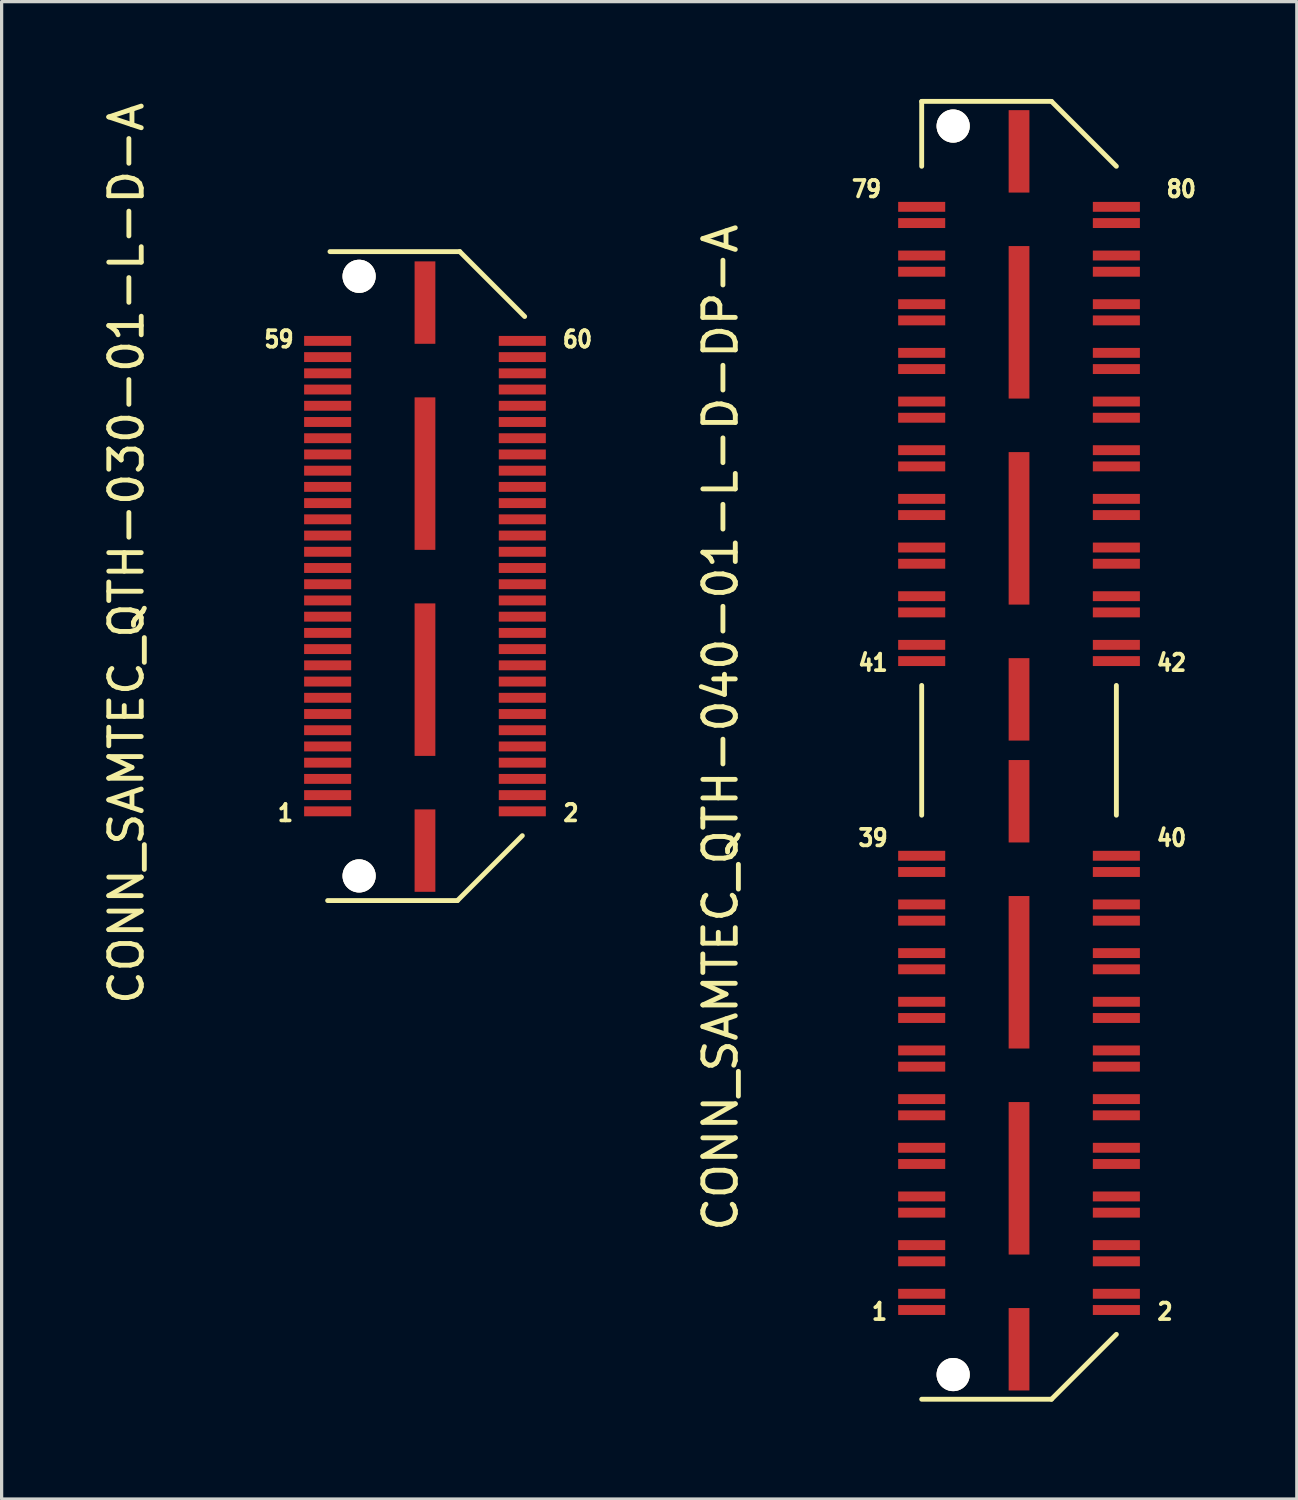
<source format=kicad_pcb>
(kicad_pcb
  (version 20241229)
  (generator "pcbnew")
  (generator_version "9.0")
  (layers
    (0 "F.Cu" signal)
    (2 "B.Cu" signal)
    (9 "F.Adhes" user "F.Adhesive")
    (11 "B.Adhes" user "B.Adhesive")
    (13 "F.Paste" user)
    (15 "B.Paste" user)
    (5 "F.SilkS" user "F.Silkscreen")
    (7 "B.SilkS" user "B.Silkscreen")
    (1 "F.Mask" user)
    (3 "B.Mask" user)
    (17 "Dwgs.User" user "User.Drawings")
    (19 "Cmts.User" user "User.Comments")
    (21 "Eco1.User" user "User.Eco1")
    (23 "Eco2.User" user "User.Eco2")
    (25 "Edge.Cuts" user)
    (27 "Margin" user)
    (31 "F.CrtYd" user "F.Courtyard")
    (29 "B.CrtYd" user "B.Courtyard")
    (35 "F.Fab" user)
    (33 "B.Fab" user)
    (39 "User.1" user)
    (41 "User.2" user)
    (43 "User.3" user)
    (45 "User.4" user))
  (footprint "CONN_SAMTEC_QTH-040-01-L-D-DP-A"
    (layer "F.Cu")
    (at 28.357 20.075)
    (property "Reference" "CONN_SAMTEC_QTH-040-01-L-D-DP-A" (at -9.2 -0.7 270) (layer "F.SilkS") (effects (font (size 1 1) (thickness 0.15))))
    (attr through_hole)
    (fp_line (start -3 -18) (end -3 -20) (stroke (width 0.15) (type solid)) (layer "F.SilkS"))
    (fp_line (start -3 -2) (end -3 2) (stroke (width 0.15) (type solid)) (layer "F.SilkS"))
    (fp_line (start 1 -20) (end -3 -20) (stroke (width 0.15) (type solid)) (layer "F.SilkS"))
    (fp_line (start 1 -20) (end 3 -18) (stroke (width 0.15) (type solid)) (layer "F.SilkS"))
    (fp_line (start 1 20) (end -3 20) (stroke (width 0.15) (type solid)) (layer "F.SilkS"))
    (fp_line (start 3 -2) (end 3 2) (stroke (width 0.15) (type solid)) (layer "F.SilkS"))
    (fp_line (start 3 18) (end 1 20) (stroke (width 0.15) (type solid)) (layer "F.SilkS"))
    (fp_text user "79" (at -4.7 -17.3 0) (layer "F.SilkS") (effects (font (size 0.508 0.457) (thickness 0.114))))
    (fp_text user "42" (at 4.7 -2.7 0) (layer "F.SilkS") (effects (font (size 0.508 0.457) (thickness 0.114))))
    (fp_text user "39" (at -4.5 2.7 0) (layer "F.SilkS") (effects (font (size 0.508 0.457) (thickness 0.114))))
    (fp_text user "1" (at -4.3 17.3 0) (layer "F.SilkS") (effects (font (size 0.508 0.457) (thickness 0.114))))
    (fp_text user "40" (at 4.7 2.7 0) (layer "F.SilkS") (effects (font (size 0.508 0.457) (thickness 0.114))))
    (fp_text user "80" (at 5 -17.3 0) (layer "F.SilkS") (effects (font (size 0.508 0.457) (thickness 0.114))))
    (fp_text user "41" (at -4.5 -2.7 0) (layer "F.SilkS") (effects (font (size 0.508 0.457) (thickness 0.114))))
    (fp_text user "2" (at 4.5 17.3 0) (layer "F.SilkS") (effects (font (size 0.508 0.457) (thickness 0.114))))
    (pad "" thru_hole circle (at -2.03 -19.24) (size 1.02 1.02) (drill 1.02) (layers "*.Cu" "*.Mask" "F.SilkS"))
    (pad "" thru_hole circle (at -2.03 19.24) (size 1.02 1.02) (drill 1.02) (layers "*.Cu" "*.Mask" "F.SilkS"))
    (pad "1" smd rect (at -3 17.25) (size 1.45 0.305) (layers "F.Cu" "F.Mask" "F.Paste"))
    (pad "2" smd rect (at 3 17.25) (size 1.45 0.305) (layers "F.Cu" "F.Mask" "F.Paste"))
    (pad "3" smd rect (at -3 16.75) (size 1.45 0.305) (layers "F.Cu" "F.Mask" "F.Paste"))
    (pad "4" smd rect (at 3 16.75) (size 1.45 0.305) (layers "F.Cu" "F.Mask" "F.Paste"))
    (pad "5" smd rect (at -3 15.75) (size 1.45 0.305) (layers "F.Cu" "F.Mask" "F.Paste"))
    (pad "6" smd rect (at 3 15.75) (size 1.45 0.305) (layers "F.Cu" "F.Mask" "F.Paste"))
    (pad "7" smd rect (at -3 15.25) (size 1.45 0.305) (layers "F.Cu" "F.Mask" "F.Paste"))
    (pad "8" smd rect (at 3 15.25) (size 1.45 0.305) (layers "F.Cu" "F.Mask" "F.Paste"))
    (pad "9" smd rect (at -3 14.25) (size 1.45 0.305) (layers "F.Cu" "F.Mask" "F.Paste"))
    (pad "10" smd rect (at 3 14.25) (size 1.45 0.305) (layers "F.Cu" "F.Mask" "F.Paste"))
    (pad "11" smd rect (at -3 13.75) (size 1.45 0.305) (layers "F.Cu" "F.Mask" "F.Paste"))
    (pad "12" smd rect (at 3 13.75) (size 1.45 0.305) (layers "F.Cu" "F.Mask" "F.Paste"))
    (pad "13" smd rect (at -3 12.75) (size 1.45 0.305) (layers "F.Cu" "F.Mask" "F.Paste"))
    (pad "14" smd rect (at 3 12.75) (size 1.45 0.305) (layers "F.Cu" "F.Mask" "F.Paste"))
    (pad "15" smd rect (at -3 12.25) (size 1.45 0.305) (layers "F.Cu" "F.Mask" "F.Paste"))
    (pad "16" smd rect (at 3 12.25) (size 1.45 0.305) (layers "F.Cu" "F.Mask" "F.Paste"))
    (pad "17" smd rect (at -3 11.25) (size 1.45 0.305) (layers "F.Cu" "F.Mask" "F.Paste"))
    (pad "18" smd rect (at 3 11.25) (size 1.45 0.305) (layers "F.Cu" "F.Mask" "F.Paste"))
    (pad "19" smd rect (at -3 10.75) (size 1.45 0.305) (layers "F.Cu" "F.Mask" "F.Paste"))
    (pad "20" smd rect (at 3 10.75) (size 1.45 0.305) (layers "F.Cu" "F.Mask" "F.Paste"))
    (pad "21" smd rect (at -3 9.75) (size 1.45 0.305) (layers "F.Cu" "F.Mask" "F.Paste"))
    (pad "22" smd rect (at 3 9.75) (size 1.45 0.305) (layers "F.Cu" "F.Mask" "F.Paste"))
    (pad "23" smd rect (at -3 9.25) (size 1.45 0.305) (layers "F.Cu" "F.Mask" "F.Paste"))
    (pad "24" smd rect (at 3 9.25) (size 1.45 0.305) (layers "F.Cu" "F.Mask" "F.Paste"))
    (pad "25" smd rect (at -3 8.25) (size 1.45 0.305) (layers "F.Cu" "F.Mask" "F.Paste"))
    (pad "26" smd rect (at 3 8.25) (size 1.45 0.305) (layers "F.Cu" "F.Mask" "F.Paste"))
    (pad "27" smd rect (at -3 7.75) (size 1.45 0.305) (layers "F.Cu" "F.Mask" "F.Paste"))
    (pad "28" smd rect (at 3 7.75) (size 1.45 0.305) (layers "F.Cu" "F.Mask" "F.Paste"))
    (pad "29" smd rect (at -3 6.75) (size 1.45 0.305) (layers "F.Cu" "F.Mask" "F.Paste"))
    (pad "30" smd rect (at 3 6.75) (size 1.45 0.305) (layers "F.Cu" "F.Mask" "F.Paste"))
    (pad "31" smd rect (at -3 6.25) (size 1.45 0.305) (layers "F.Cu" "F.Mask" "F.Paste"))
    (pad "32" smd rect (at 3 6.25) (size 1.45 0.305) (layers "F.Cu" "F.Mask" "F.Paste"))
    (pad "33" smd rect (at -3 5.25) (size 1.45 0.305) (layers "F.Cu" "F.Mask" "F.Paste"))
    (pad "34" smd rect (at 3 5.25) (size 1.45 0.305) (layers "F.Cu" "F.Mask" "F.Paste"))
    (pad "35" smd rect (at -3 4.75) (size 1.45 0.305) (layers "F.Cu" "F.Mask" "F.Paste"))
    (pad "36" smd rect (at 3 4.75) (size 1.45 0.305) (layers "F.Cu" "F.Mask" "F.Paste"))
    (pad "37" smd rect (at -3 3.75) (size 1.45 0.305) (layers "F.Cu" "F.Mask" "F.Paste"))
    (pad "38" smd rect (at 3 3.75) (size 1.45 0.305) (layers "F.Cu" "F.Mask" "F.Paste"))
    (pad "39" smd rect (at -3 3.25) (size 1.45 0.305) (layers "F.Cu" "F.Mask" "F.Paste"))
    (pad "40" smd rect (at 3 3.25) (size 1.45 0.305) (layers "F.Cu" "F.Mask" "F.Paste"))
    (pad "41" smd rect (at -3 -2.75) (size 1.45 0.305) (layers "F.Cu" "F.Mask" "F.Paste"))
    (pad "42" smd rect (at 3 -2.75) (size 1.45 0.305) (layers "F.Cu" "F.Mask" "F.Paste"))
    (pad "43" smd rect (at -3 -3.25) (size 1.45 0.305) (layers "F.Cu" "F.Mask" "F.Paste"))
    (pad "44" smd rect (at 3 -3.25) (size 1.45 0.305) (layers "F.Cu" "F.Mask" "F.Paste"))
    (pad "45" smd rect (at -3 -4.25) (size 1.45 0.305) (layers "F.Cu" "F.Mask" "F.Paste"))
    (pad "46" smd rect (at 3 -4.25) (size 1.45 0.305) (layers "F.Cu" "F.Mask" "F.Paste"))
    (pad "47" smd rect (at -3 -4.75) (size 1.45 0.305) (layers "F.Cu" "F.Mask" "F.Paste"))
    (pad "48" smd rect (at 3 -4.75) (size 1.45 0.305) (layers "F.Cu" "F.Mask" "F.Paste"))
    (pad "49" smd rect (at -3 -5.75) (size 1.45 0.305) (layers "F.Cu" "F.Mask" "F.Paste"))
    (pad "50" smd rect (at 3 -5.75) (size 1.45 0.305) (layers "F.Cu" "F.Mask" "F.Paste"))
    (pad "51" smd rect (at -3 -6.25) (size 1.45 0.305) (layers "F.Cu" "F.Mask" "F.Paste"))
    (pad "52" smd rect (at 3 -6.25) (size 1.45 0.305) (layers "F.Cu" "F.Mask" "F.Paste"))
    (pad "53" smd rect (at -3 -7.25) (size 1.45 0.305) (layers "F.Cu" "F.Mask" "F.Paste"))
    (pad "54" smd rect (at 3 -7.25) (size 1.45 0.305) (layers "F.Cu" "F.Mask" "F.Paste"))
    (pad "55" smd rect (at -3 -7.75) (size 1.45 0.305) (layers "F.Cu" "F.Mask" "F.Paste"))
    (pad "56" smd rect (at 3 -7.75) (size 1.45 0.305) (layers "F.Cu" "F.Mask" "F.Paste"))
    (pad "57" smd rect (at -3 -8.75) (size 1.45 0.305) (layers "F.Cu" "F.Mask" "F.Paste"))
    (pad "58" smd rect (at 3 -8.75) (size 1.45 0.305) (layers "F.Cu" "F.Mask" "F.Paste"))
    (pad "59" smd rect (at -3 -9.25) (size 1.45 0.305) (layers "F.Cu" "F.Mask" "F.Paste"))
    (pad "60" smd rect (at 3 -9.25) (size 1.45 0.305) (layers "F.Cu" "F.Mask" "F.Paste"))
    (pad "61" smd rect (at -3 -10.25) (size 1.45 0.305) (layers "F.Cu" "F.Mask" "F.Paste"))
    (pad "62" smd rect (at 3 -10.25) (size 1.45 0.305) (layers "F.Cu" "F.Mask" "F.Paste"))
    (pad "63" smd rect (at -3 -10.75) (size 1.45 0.305) (layers "F.Cu" "F.Mask" "F.Paste"))
    (pad "64" smd rect (at 3 -10.75) (size 1.45 0.305) (layers "F.Cu" "F.Mask" "F.Paste"))
    (pad "65" smd rect (at -3 -11.75) (size 1.45 0.305) (layers "F.Cu" "F.Mask" "F.Paste"))
    (pad "66" smd rect (at 3 -11.75) (size 1.45 0.305) (layers "F.Cu" "F.Mask" "F.Paste"))
    (pad "67" smd rect (at -3 -12.25) (size 1.45 0.305) (layers "F.Cu" "F.Mask" "F.Paste"))
    (pad "68" smd rect (at 3 -12.25) (size 1.45 0.305) (layers "F.Cu" "F.Mask" "F.Paste"))
    (pad "69" smd rect (at -3 -13.25) (size 1.45 0.305) (layers "F.Cu" "F.Mask" "F.Paste"))
    (pad "70" smd rect (at 3 -13.25) (size 1.45 0.305) (layers "F.Cu" "F.Mask" "F.Paste"))
    (pad "71" smd rect (at -3 -13.75) (size 1.45 0.305) (layers "F.Cu" "F.Mask" "F.Paste"))
    (pad "72" smd rect (at 3 -13.75) (size 1.45 0.305) (layers "F.Cu" "F.Mask" "F.Paste"))
    (pad "73" smd rect (at -3 -14.75) (size 1.45 0.305) (layers "F.Cu" "F.Mask" "F.Paste"))
    (pad "74" smd rect (at 3 -14.75) (size 1.45 0.305) (layers "F.Cu" "F.Mask" "F.Paste"))
    (pad "75" smd rect (at -3 -15.25) (size 1.45 0.305) (layers "F.Cu" "F.Mask" "F.Paste"))
    (pad "76" smd rect (at 3 -15.25) (size 1.45 0.305) (layers "F.Cu" "F.Mask" "F.Paste"))
    (pad "77" smd rect (at -3 -16.25) (size 1.45 0.305) (layers "F.Cu" "F.Mask" "F.Paste"))
    (pad "78" smd rect (at 3 -16.25) (size 1.45 0.305) (layers "F.Cu" "F.Mask" "F.Paste"))
    (pad "79" smd rect (at -3 -16.75) (size 1.45 0.305) (layers "F.Cu" "F.Mask" "F.Paste"))
    (pad "80" smd rect (at 3 -16.75) (size 1.45 0.305) (layers "F.Cu" "F.Mask" "F.Paste"))
    (pad "PAD" smd rect (at 0 -18.46) (size 0.64 2.54) (layers "F.Cu" "F.Mask" "F.Paste"))
    (pad "PAD" smd rect (at 0 -13.191) (size 0.64 4.7) (layers "F.Cu" "F.Mask" "F.Paste"))
    (pad "PAD" smd rect (at 0 -6.841) (size 0.64 4.7) (layers "F.Cu" "F.Mask" "F.Paste"))
    (pad "PAD" smd rect (at 0 -1.57) (size 0.64 2.54) (layers "F.Cu" "F.Mask" "F.Paste"))
    (pad "PAD" smd rect (at 0 1.57) (size 0.64 2.54) (layers "F.Cu" "F.Mask" "F.Paste"))
    (pad "PAD" smd rect (at 0 6.841) (size 0.64 4.7) (layers "F.Cu" "F.Mask" "F.Paste"))
    (pad "PAD" smd rect (at 0 13.191) (size 0.64 4.7) (layers "F.Cu" "F.Mask" "F.Paste"))
    (pad "PAD" smd rect (at 0 18.46) (size 0.64 2.54) (layers "F.Cu" "F.Mask" "F.Paste")))
  (footprint "CONN_SAMTEC_QTH-030-01-L-D-A"
    (layer "F.Cu")
    (at 10.048 14.706)
    (property "Reference" "CONN_SAMTEC_QTH-030-01-L-D-A" (at -9.2 -0.7 90) (layer "F.SilkS") (effects (font (size 1 1) (thickness 0.15))))
    (attr smd)
    (fp_line (start 1 10) (end -3 10) (stroke (width 0.15) (type solid)) (layer "F.SilkS"))
    (fp_line (start 1.072 -10.001) (end -2.928 -10.001) (stroke (width 0.15) (type solid)) (layer "F.SilkS"))
    (fp_line (start 3 8) (end 1 10) (stroke (width 0.15) (type solid)) (layer "F.SilkS"))
    (fp_line (start 3.072 -8.001) (end 1.072 -10.001) (stroke (width 0.15) (type solid)) (layer "F.SilkS"))
    (fp_text user "1" (at -4.3 7.3 0) (layer "F.SilkS") (effects (font (size 0.508 0.457) (thickness 0.114))))
    (fp_text user "2" (at 4.5 7.3 0) (layer "F.SilkS") (effects (font (size 0.508 0.457) (thickness 0.114))))
    (fp_text user "59" (at -4.5 -7.3 0) (layer "F.SilkS") (effects (font (size 0.508 0.457) (thickness 0.114))))
    (fp_text user "60" (at 4.7 -7.3 0) (layer "F.SilkS") (effects (font (size 0.508 0.457) (thickness 0.114))))
    (pad "" thru_hole circle (at -2.03 -9.24) (size 1.02 1.02) (drill 1.02) (layers "*.Cu" "*.Mask" "F.SilkS"))
    (pad "" thru_hole circle (at -2.03 9.24) (size 1.02 1.02) (drill 1.02) (layers "*.Cu" "*.Mask" "F.SilkS"))
    (pad "1" smd rect (at -3 7.25) (size 1.45 0.305) (layers "F.Cu" "F.Mask" "F.Paste"))
    (pad "2" smd rect (at 3 7.25) (size 1.45 0.305) (layers "F.Cu" "F.Mask" "F.Paste"))
    (pad "3" smd rect (at -3 6.75) (size 1.45 0.305) (layers "F.Cu" "F.Mask" "F.Paste"))
    (pad "4" smd rect (at 3 6.75) (size 1.45 0.305) (layers "F.Cu" "F.Mask" "F.Paste"))
    (pad "5" smd rect (at -3 6.25) (size 1.45 0.305) (layers "F.Cu" "F.Mask" "F.Paste"))
    (pad "6" smd rect (at 3 6.25) (size 1.45 0.305) (layers "F.Cu" "F.Mask" "F.Paste"))
    (pad "7" smd rect (at -3 5.75) (size 1.45 0.305) (layers "F.Cu" "F.Mask" "F.Paste"))
    (pad "8" smd rect (at 3 5.75) (size 1.45 0.305) (layers "F.Cu" "F.Mask" "F.Paste"))
    (pad "9" smd rect (at -3 5.25) (size 1.45 0.305) (layers "F.Cu" "F.Mask" "F.Paste"))
    (pad "10" smd rect (at 3 5.25) (size 1.45 0.305) (layers "F.Cu" "F.Mask" "F.Paste"))
    (pad "11" smd rect (at -3 4.75) (size 1.45 0.305) (layers "F.Cu" "F.Mask" "F.Paste"))
    (pad "12" smd rect (at 3 4.75) (size 1.45 0.305) (layers "F.Cu" "F.Mask" "F.Paste"))
    (pad "13" smd rect (at -3 4.25) (size 1.45 0.305) (layers "F.Cu" "F.Mask" "F.Paste"))
    (pad "14" smd rect (at 3 4.25) (size 1.45 0.305) (layers "F.Cu" "F.Mask" "F.Paste"))
    (pad "15" smd rect (at -3 3.75) (size 1.45 0.305) (layers "F.Cu" "F.Mask" "F.Paste"))
    (pad "16" smd rect (at 3 3.75) (size 1.45 0.305) (layers "F.Cu" "F.Mask" "F.Paste"))
    (pad "17" smd rect (at -3 3.25) (size 1.45 0.305) (layers "F.Cu" "F.Mask" "F.Paste"))
    (pad "18" smd rect (at 3 3.25) (size 1.45 0.305) (layers "F.Cu" "F.Mask" "F.Paste"))
    (pad "19" smd rect (at -3 2.75) (size 1.45 0.305) (layers "F.Cu" "F.Mask" "F.Paste"))
    (pad "20" smd rect (at 3 2.75) (size 1.45 0.305) (layers "F.Cu" "F.Mask" "F.Paste"))
    (pad "21" smd rect (at -3 2.25) (size 1.45 0.305) (layers "F.Cu" "F.Mask" "F.Paste"))
    (pad "22" smd rect (at 3 2.25) (size 1.45 0.305) (layers "F.Cu" "F.Mask" "F.Paste"))
    (pad "23" smd rect (at -3 1.75) (size 1.45 0.305) (layers "F.Cu" "F.Mask" "F.Paste"))
    (pad "24" smd rect (at 3 1.75) (size 1.45 0.305) (layers "F.Cu" "F.Mask" "F.Paste"))
    (pad "25" smd rect (at -3 1.25) (size 1.45 0.305) (layers "F.Cu" "F.Mask" "F.Paste"))
    (pad "26" smd rect (at 3 1.25) (size 1.45 0.305) (layers "F.Cu" "F.Mask" "F.Paste"))
    (pad "27" smd rect (at -3 0.75) (size 1.45 0.305) (layers "F.Cu" "F.Mask" "F.Paste"))
    (pad "28" smd rect (at 3 0.75) (size 1.45 0.305) (layers "F.Cu" "F.Mask" "F.Paste"))
    (pad "29" smd rect (at -3 0.25) (size 1.45 0.305) (layers "F.Cu" "F.Mask" "F.Paste"))
    (pad "30" smd rect (at 3 0.25) (size 1.45 0.305) (layers "F.Cu" "F.Mask" "F.Paste"))
    (pad "31" smd rect (at -3 -0.25) (size 1.45 0.305) (layers "F.Cu" "F.Mask" "F.Paste"))
    (pad "32" smd rect (at 3 -0.25) (size 1.45 0.305) (layers "F.Cu" "F.Mask" "F.Paste"))
    (pad "33" smd rect (at -3 -0.75) (size 1.45 0.305) (layers "F.Cu" "F.Mask" "F.Paste"))
    (pad "34" smd rect (at 3 -0.75) (size 1.45 0.305) (layers "F.Cu" "F.Mask" "F.Paste"))
    (pad "35" smd rect (at -3 -1.25) (size 1.45 0.305) (layers "F.Cu" "F.Mask" "F.Paste"))
    (pad "36" smd rect (at 3 -1.25) (size 1.45 0.305) (layers "F.Cu" "F.Mask" "F.Paste"))
    (pad "37" smd rect (at -3 -1.75) (size 1.45 0.305) (layers "F.Cu" "F.Mask" "F.Paste"))
    (pad "38" smd rect (at 3 -1.75) (size 1.45 0.305) (layers "F.Cu" "F.Mask" "F.Paste"))
    (pad "39" smd rect (at -3 -2.25) (size 1.45 0.305) (layers "F.Cu" "F.Mask" "F.Paste"))
    (pad "40" smd rect (at 3 -2.25) (size 1.45 0.305) (layers "F.Cu" "F.Mask" "F.Paste"))
    (pad "41" smd rect (at -3 -2.75) (size 1.45 0.305) (layers "F.Cu" "F.Mask" "F.Paste"))
    (pad "42" smd rect (at 3 -2.75) (size 1.45 0.305) (layers "F.Cu" "F.Mask" "F.Paste"))
    (pad "43" smd rect (at -3 -3.25) (size 1.45 0.305) (layers "F.Cu" "F.Mask" "F.Paste"))
    (pad "44" smd rect (at 3 -3.25) (size 1.45 0.305) (layers "F.Cu" "F.Mask" "F.Paste"))
    (pad "45" smd rect (at -3 -3.75) (size 1.45 0.305) (layers "F.Cu" "F.Mask" "F.Paste"))
    (pad "46" smd rect (at 3 -3.75) (size 1.45 0.305) (layers "F.Cu" "F.Mask" "F.Paste"))
    (pad "47" smd rect (at -3 -4.25) (size 1.45 0.305) (layers "F.Cu" "F.Mask" "F.Paste"))
    (pad "48" smd rect (at 3 -4.25) (size 1.45 0.305) (layers "F.Cu" "F.Mask" "F.Paste"))
    (pad "49" smd rect (at -3 -4.75) (size 1.45 0.305) (layers "F.Cu" "F.Mask" "F.Paste"))
    (pad "50" smd rect (at 3 -4.75) (size 1.45 0.305) (layers "F.Cu" "F.Mask" "F.Paste"))
    (pad "51" smd rect (at -3 -5.25) (size 1.45 0.305) (layers "F.Cu" "F.Mask" "F.Paste"))
    (pad "52" smd rect (at 3 -5.25) (size 1.45 0.305) (layers "F.Cu" "F.Mask" "F.Paste"))
    (pad "53" smd rect (at -3 -5.75) (size 1.45 0.305) (layers "F.Cu" "F.Mask" "F.Paste"))
    (pad "54" smd rect (at 3 -5.75) (size 1.45 0.305) (layers "F.Cu" "F.Mask" "F.Paste"))
    (pad "55" smd rect (at -3 -6.25) (size 1.45 0.305) (layers "F.Cu" "F.Mask" "F.Paste"))
    (pad "56" smd rect (at 3 -6.25) (size 1.45 0.305) (layers "F.Cu" "F.Mask" "F.Paste"))
    (pad "57" smd rect (at -3 -6.75) (size 1.45 0.305) (layers "F.Cu" "F.Mask" "F.Paste"))
    (pad "58" smd rect (at 3 -6.75) (size 1.45 0.305) (layers "F.Cu" "F.Mask" "F.Paste"))
    (pad "59" smd rect (at -3 -7.25) (size 1.45 0.305) (layers "F.Cu" "F.Mask" "F.Paste"))
    (pad "60" smd rect (at 3 -7.25) (size 1.45 0.305) (layers "F.Cu" "F.Mask" "F.Paste"))
    (pad "GND" smd rect (at 0 -8.43) (size 0.64 2.54) (layers "F.Cu" "F.Mask" "F.Paste"))
    (pad "GND" smd rect (at 0 -3.159) (size 0.64 4.7) (layers "F.Cu" "F.Mask" "F.Paste"))
    (pad "GND" smd rect (at 0 3.191) (size 0.64 4.7) (layers "F.Cu" "F.Mask" "F.Paste"))
    (pad "GND" smd rect (at 0 8.46) (size 0.64 2.54) (layers "F.Cu" "F.Mask" "F.Paste")))
  (gr_rect
    (start -3 -3)
    (end 36.918 43.15)
    (stroke (width 0.1) (type default))
    (fill no)
    (layer "Edge.Cuts")))
</source>
